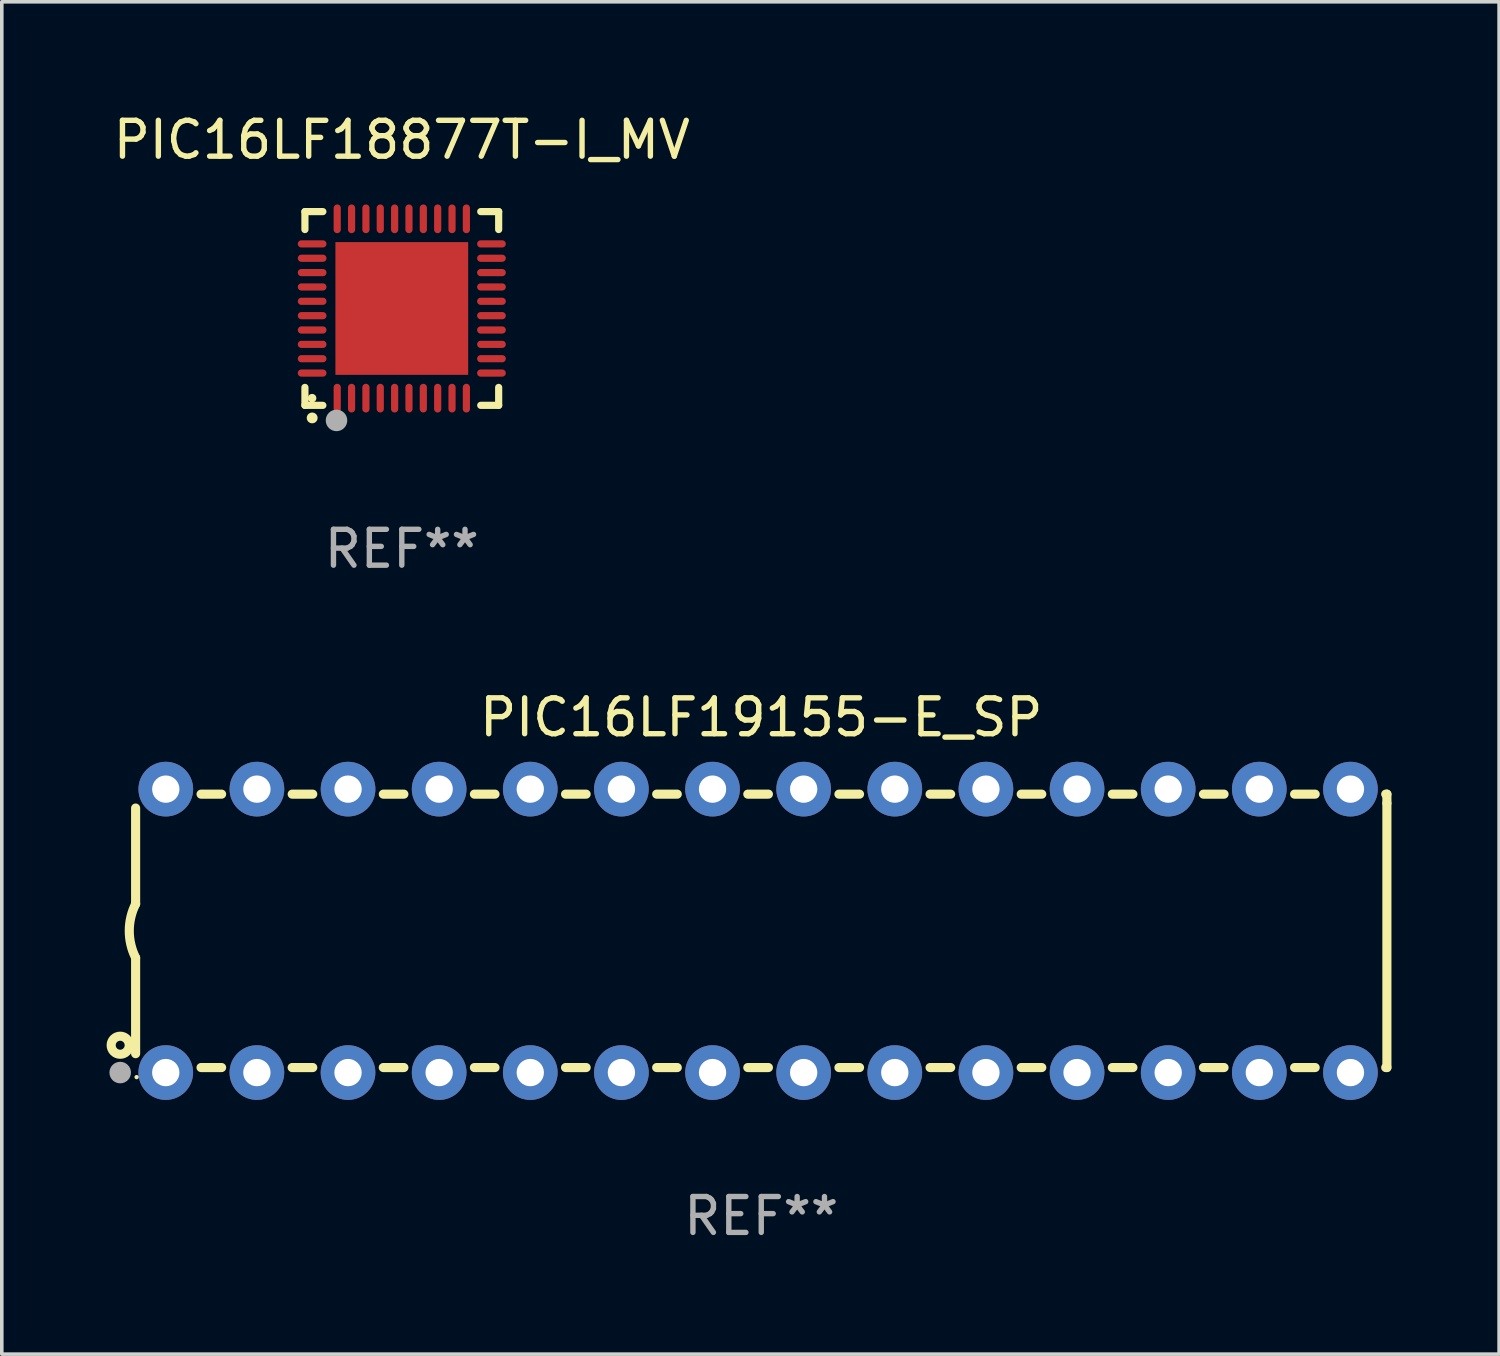
<source format=kicad_pcb>
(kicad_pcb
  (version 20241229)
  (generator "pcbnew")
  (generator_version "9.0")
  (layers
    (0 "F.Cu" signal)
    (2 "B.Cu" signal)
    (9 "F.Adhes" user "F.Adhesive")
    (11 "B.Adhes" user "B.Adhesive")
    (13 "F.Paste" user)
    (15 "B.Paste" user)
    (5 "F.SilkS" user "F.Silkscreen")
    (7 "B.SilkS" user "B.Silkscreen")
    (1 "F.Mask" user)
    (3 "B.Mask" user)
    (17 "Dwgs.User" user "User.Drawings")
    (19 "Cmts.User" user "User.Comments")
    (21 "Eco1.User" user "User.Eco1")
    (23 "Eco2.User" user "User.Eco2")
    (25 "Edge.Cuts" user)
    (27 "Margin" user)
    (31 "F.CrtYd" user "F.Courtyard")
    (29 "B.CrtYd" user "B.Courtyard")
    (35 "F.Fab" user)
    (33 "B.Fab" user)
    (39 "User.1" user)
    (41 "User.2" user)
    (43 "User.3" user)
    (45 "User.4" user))
  (footprint "PIC16LF19155-E_SP"
    (layer "F.Cu")
    (at 18.168 22.895)
    (property "Reference" "PIC16LF19155-E_SP" (at 0 -5.95 0) (layer "F.SilkS") (effects (font (size 1 1) (thickness 0.15))))
    (attr through_hole)
    (fp_line (start -17.438 0.75) (end -17.438 3.423) (stroke (width 0.254) (type solid)) (layer "F.SilkS"))
    (fp_line (start -17.438 -3.423) (end -17.438 -0.75) (stroke (width 0.254) (type solid)) (layer "F.SilkS"))
    (fp_line (start -15.615 3.81) (end -15.041 3.81) (stroke (width 0.254) (type solid)) (layer "F.SilkS"))
    (fp_line (start -15.041 -3.81) (end -15.614 -3.81) (stroke (width 0.254) (type solid)) (layer "F.SilkS"))
    (fp_line (start -13.075 3.81) (end -12.501 3.81) (stroke (width 0.254) (type solid)) (layer "F.SilkS"))
    (fp_line (start -12.501 -3.81) (end -13.074 -3.81) (stroke (width 0.254) (type solid)) (layer "F.SilkS"))
    (fp_line (start -10.535 3.81) (end -9.961 3.81) (stroke (width 0.254) (type solid)) (layer "F.SilkS"))
    (fp_line (start -9.961 -3.81) (end -10.534 -3.81) (stroke (width 0.254) (type solid)) (layer "F.SilkS"))
    (fp_line (start -7.995 3.81) (end -7.421 3.81) (stroke (width 0.254) (type solid)) (layer "F.SilkS"))
    (fp_line (start -7.421 -3.81) (end -7.995 -3.81) (stroke (width 0.254) (type solid)) (layer "F.SilkS"))
    (fp_line (start -5.455 3.81) (end -4.881 3.81) (stroke (width 0.254) (type solid)) (layer "F.SilkS"))
    (fp_line (start -4.881 -3.81) (end -5.455 -3.81) (stroke (width 0.254) (type solid)) (layer "F.SilkS"))
    (fp_line (start -2.915 3.81) (end -2.341 3.81) (stroke (width 0.254) (type solid)) (layer "F.SilkS"))
    (fp_line (start -2.341 -3.81) (end -2.915 -3.81) (stroke (width 0.254) (type solid)) (layer "F.SilkS"))
    (fp_line (start -0.375 3.81) (end 0.199 3.81) (stroke (width 0.254) (type solid)) (layer "F.SilkS"))
    (fp_line (start 0.199 -3.81) (end -0.375 -3.81) (stroke (width 0.254) (type solid)) (layer "F.SilkS"))
    (fp_line (start 2.165 3.81) (end 2.739 3.81) (stroke (width 0.254) (type solid)) (layer "F.SilkS"))
    (fp_line (start 2.739 -3.81) (end 2.165 -3.81) (stroke (width 0.254) (type solid)) (layer "F.SilkS"))
    (fp_line (start 4.705 3.81) (end 5.279 3.81) (stroke (width 0.254) (type solid)) (layer "F.SilkS"))
    (fp_line (start 5.279 -3.81) (end 4.705 -3.81) (stroke (width 0.254) (type solid)) (layer "F.SilkS"))
    (fp_line (start 7.245 3.81) (end 7.819 3.81) (stroke (width 0.254) (type solid)) (layer "F.SilkS"))
    (fp_line (start 7.819 -3.81) (end 7.245 -3.81) (stroke (width 0.254) (type solid)) (layer "F.SilkS"))
    (fp_line (start 9.785 3.81) (end 10.359 3.81) (stroke (width 0.254) (type solid)) (layer "F.SilkS"))
    (fp_line (start 10.359 -3.81) (end 9.785 -3.81) (stroke (width 0.254) (type solid)) (layer "F.SilkS"))
    (fp_line (start 12.325 3.81) (end 12.899 3.81) (stroke (width 0.254) (type solid)) (layer "F.SilkS"))
    (fp_line (start 12.899 -3.81) (end 12.325 -3.81) (stroke (width 0.254) (type solid)) (layer "F.SilkS"))
    (fp_line (start 14.865 3.81) (end 15.439 3.81) (stroke (width 0.254) (type solid)) (layer "F.SilkS"))
    (fp_line (start 15.439 -3.81) (end 14.865 -3.81) (stroke (width 0.254) (type solid)) (layer "F.SilkS"))
    (fp_line (start 17.405 3.81) (end 17.438 3.81) (stroke (width 0.254) (type solid)) (layer "F.SilkS"))
    (fp_line (start 17.438 -3.81) (end 17.405 -3.81) (stroke (width 0.254) (type solid)) (layer "F.SilkS"))
    (fp_line (start 17.438 -3.556) (end 17.438 -3.81) (stroke (width 0.254) (type solid)) (layer "F.SilkS"))
    (fp_line (start 17.438 3.81) (end 17.438 -3.556) (stroke (width 0.254) (type solid)) (layer "F.SilkS"))
    (fp_arc (start -17.437986 0.749657) (mid -17.614887 -0.000024) (end -17.437783 -0.749657) (stroke (width 0.254001) (type solid)) (layer "F.SilkS"))
    (fp_circle (center -17.868 3.188) (end -17.743 3.188) (stroke (width 0.254) (type solid)) (fill no) (layer "F.SilkS"))
    (fp_circle (center -17.411 4.077) (end -17.381 4.077) (stroke (width 0.06) (type solid)) (fill no) (layer "F.SilkS"))
    (fp_circle (center -17.868 3.95) (end -17.718 3.95) (stroke (width 0.3) (type solid)) (fill no) (layer "F.Fab"))
    (fp_text user "REF**" (at 0 7.95 0) (layer "F.Fab") (effects (font (size 1 1) (thickness 0.15))))
    (pad "1" thru_hole circle (at -16.598 3.95) (size 1.524 1.524) (drill 0.762) (layers "*.Cu" "*.Mask"))
    (pad "2" thru_hole circle (at -14.058 3.95) (size 1.524 1.524) (drill 0.762) (layers "*.Cu" "*.Mask"))
    (pad "3" thru_hole circle (at -11.518 3.95) (size 1.524 1.524) (drill 0.762) (layers "*.Cu" "*.Mask"))
    (pad "4" thru_hole circle (at -8.978 3.95) (size 1.524 1.524) (drill 0.762) (layers "*.Cu" "*.Mask"))
    (pad "5" thru_hole circle (at -6.438 3.95) (size 1.524 1.524) (drill 0.762) (layers "*.Cu" "*.Mask"))
    (pad "6" thru_hole circle (at -3.898 3.95) (size 1.524 1.524) (drill 0.762) (layers "*.Cu" "*.Mask"))
    (pad "7" thru_hole circle (at -1.358 3.95) (size 1.524 1.524) (drill 0.762) (layers "*.Cu" "*.Mask"))
    (pad "8" thru_hole circle (at 1.182 3.95) (size 1.524 1.524) (drill 0.762) (layers "*.Cu" "*.Mask"))
    (pad "9" thru_hole circle (at 3.722 3.95) (size 1.524 1.524) (drill 0.762) (layers "*.Cu" "*.Mask"))
    (pad "10" thru_hole circle (at 6.262 3.95) (size 1.524 1.524) (drill 0.762) (layers "*.Cu" "*.Mask"))
    (pad "11" thru_hole circle (at 8.802 3.95) (size 1.524 1.524) (drill 0.762) (layers "*.Cu" "*.Mask"))
    (pad "12" thru_hole circle (at 11.342 3.95) (size 1.524 1.524) (drill 0.762) (layers "*.Cu" "*.Mask"))
    (pad "13" thru_hole circle (at 13.882 3.95) (size 1.524 1.524) (drill 0.762) (layers "*.Cu" "*.Mask"))
    (pad "14" thru_hole circle (at 16.422 3.95) (size 1.524 1.524) (drill 0.762) (layers "*.Cu" "*.Mask"))
    (pad "15" thru_hole circle (at 16.422 -3.95) (size 1.524 1.524) (drill 0.762) (layers "*.Cu" "*.Mask"))
    (pad "16" thru_hole circle (at 13.882 -3.95) (size 1.524 1.524) (drill 0.762) (layers "*.Cu" "*.Mask"))
    (pad "17" thru_hole circle (at 11.342 -3.95) (size 1.524 1.524) (drill 0.762) (layers "*.Cu" "*.Mask"))
    (pad "18" thru_hole circle (at 8.802 -3.95) (size 1.524 1.524) (drill 0.762) (layers "*.Cu" "*.Mask"))
    (pad "19" thru_hole circle (at 6.262 -3.95) (size 1.524 1.524) (drill 0.762) (layers "*.Cu" "*.Mask"))
    (pad "20" thru_hole circle (at 3.722 -3.95) (size 1.524 1.524) (drill 0.762) (layers "*.Cu" "*.Mask"))
    (pad "21" thru_hole circle (at 1.182 -3.95) (size 1.524 1.524) (drill 0.762) (layers "*.Cu" "*.Mask"))
    (pad "22" thru_hole circle (at -1.358 -3.95) (size 1.524 1.524) (drill 0.762) (layers "*.Cu" "*.Mask"))
    (pad "23" thru_hole circle (at -3.898 -3.95) (size 1.524 1.524) (drill 0.762) (layers "*.Cu" "*.Mask"))
    (pad "24" thru_hole circle (at -6.438 -3.95) (size 1.524 1.524) (drill 0.762) (layers "*.Cu" "*.Mask"))
    (pad "25" thru_hole circle (at -8.978 -3.95) (size 1.524 1.524) (drill 0.762) (layers "*.Cu" "*.Mask"))
    (pad "26" thru_hole circle (at -11.517 -3.95) (size 1.524 1.524) (drill 0.762) (layers "*.Cu" "*.Mask"))
    (pad "27" thru_hole circle (at -14.057 -3.95) (size 1.524 1.524) (drill 0.762) (layers "*.Cu" "*.Mask"))
    (pad "28" thru_hole circle (at -16.597 -3.95) (size 1.524 1.524) (drill 0.762) (layers "*.Cu" "*.Mask")))
  (footprint "PIC16LF18877T-I_MV"
    (layer "F.Cu")
    (at 8.149 5.548)
    (property "Reference" "PIC16LF18877T-I_MV" (at 0 -4.7 0) (layer "F.SilkS") (effects (font (size 1 1) (thickness 0.15))))
    (attr through_hole)
    (fp_line (start -2.7 -2.7) (end -2.7 -2.2) (stroke (width 0.2) (type solid)) (layer "F.SilkS"))
    (fp_line (start -2.7 2.7) (end -2.7 2.2) (stroke (width 0.2) (type solid)) (layer "F.SilkS"))
    (fp_line (start -2.2 -2.7) (end -2.7 -2.7) (stroke (width 0.2) (type solid)) (layer "F.SilkS"))
    (fp_line (start -2.2 2.7) (end -2.7 2.7) (stroke (width 0.2) (type solid)) (layer "F.SilkS"))
    (fp_line (start 2.7 -2.7) (end 2.2 -2.7) (stroke (width 0.2) (type solid)) (layer "F.SilkS"))
    (fp_line (start 2.7 -2.2) (end 2.7 -2.7) (stroke (width 0.2) (type solid)) (layer "F.SilkS"))
    (fp_line (start 2.7 2.2) (end 2.7 2.7) (stroke (width 0.2) (type solid)) (layer "F.SilkS"))
    (fp_line (start 2.7 2.7) (end 2.2 2.7) (stroke (width 0.2) (type solid)) (layer "F.SilkS"))
    (fp_arc (start -2.499365 3.050546) (mid -2.498095 3.050541) (end -2.496825 3.050546) (stroke (width 0.3) (type solid)) (layer "F.SilkS"))
    (fp_circle (center -2.5 2.5) (end -2.44 2.5) (stroke (width 0.12) (type solid)) (fill no) (layer "F.SilkS"))
    (fp_circle (center -1.82 3.12) (end -1.67 3.12) (stroke (width 0.3) (type solid)) (fill no) (layer "F.Fab"))
    (fp_text user "REF**" (at 0 6.7 0) (layer "F.Fab") (effects (font (size 1 1) (thickness 0.15))))
    (pad "1" smd oval (at -1.8 2.499) (size 0.2 0.8) (layers "F.Cu" "F.Mask" "F.Paste"))
    (pad "2" smd oval (at -1.4 2.499) (size 0.2 0.8) (layers "F.Cu" "F.Mask" "F.Paste"))
    (pad "3" smd oval (at -1 2.499) (size 0.2 0.8) (layers "F.Cu" "F.Mask" "F.Paste"))
    (pad "4" smd oval (at -0.6 2.499) (size 0.2 0.8) (layers "F.Cu" "F.Mask" "F.Paste"))
    (pad "5" smd oval (at -0.2 2.499) (size 0.2 0.8) (layers "F.Cu" "F.Mask" "F.Paste"))
    (pad "6" smd oval (at 0.2 2.499) (size 0.2 0.8) (layers "F.Cu" "F.Mask" "F.Paste"))
    (pad "7" smd oval (at 0.6 2.499) (size 0.2 0.8) (layers "F.Cu" "F.Mask" "F.Paste"))
    (pad "8" smd oval (at 1 2.499) (size 0.2 0.8) (layers "F.Cu" "F.Mask" "F.Paste"))
    (pad "9" smd oval (at 1.4 2.499) (size 0.2 0.8) (layers "F.Cu" "F.Mask" "F.Paste"))
    (pad "10" smd oval (at 1.8 2.499) (size 0.2 0.8) (layers "F.Cu" "F.Mask" "F.Paste"))
    (pad "11" smd oval (at 2.499 1.8) (size 0.8 0.2) (layers "F.Cu" "F.Mask" "F.Paste"))
    (pad "12" smd oval (at 2.499 1.4) (size 0.8 0.2) (layers "F.Cu" "F.Mask" "F.Paste"))
    (pad "13" smd oval (at 2.499 1) (size 0.8 0.2) (layers "F.Cu" "F.Mask" "F.Paste"))
    (pad "14" smd oval (at 2.499 0.6) (size 0.8 0.2) (layers "F.Cu" "F.Mask" "F.Paste"))
    (pad "15" smd oval (at 2.499 0.2) (size 0.8 0.2) (layers "F.Cu" "F.Mask" "F.Paste"))
    (pad "16" smd oval (at 2.499 -0.2) (size 0.8 0.2) (layers "F.Cu" "F.Mask" "F.Paste"))
    (pad "17" smd oval (at 2.499 -0.6) (size 0.8 0.2) (layers "F.Cu" "F.Mask" "F.Paste"))
    (pad "18" smd oval (at 2.499 -1) (size 0.8 0.2) (layers "F.Cu" "F.Mask" "F.Paste"))
    (pad "19" smd oval (at 2.499 -1.4) (size 0.8 0.2) (layers "F.Cu" "F.Mask" "F.Paste"))
    (pad "20" smd oval (at 2.499 -1.8) (size 0.8 0.2) (layers "F.Cu" "F.Mask" "F.Paste"))
    (pad "21" smd oval (at 1.8 -2.499) (size 0.2 0.8) (layers "F.Cu" "F.Mask" "F.Paste"))
    (pad "22" smd oval (at 1.4 -2.499) (size 0.2 0.8) (layers "F.Cu" "F.Mask" "F.Paste"))
    (pad "23" smd oval (at 1 -2.499) (size 0.2 0.8) (layers "F.Cu" "F.Mask" "F.Paste"))
    (pad "24" smd oval (at 0.6 -2.499) (size 0.2 0.8) (layers "F.Cu" "F.Mask" "F.Paste"))
    (pad "25" smd oval (at 0.2 -2.499) (size 0.2 0.8) (layers "F.Cu" "F.Mask" "F.Paste"))
    (pad "26" smd oval (at -0.2 -2.499) (size 0.2 0.8) (layers "F.Cu" "F.Mask" "F.Paste"))
    (pad "27" smd oval (at -0.6 -2.499) (size 0.2 0.8) (layers "F.Cu" "F.Mask" "F.Paste"))
    (pad "28" smd oval (at -1 -2.499) (size 0.2 0.8) (layers "F.Cu" "F.Mask" "F.Paste"))
    (pad "29" smd oval (at -1.4 -2.499) (size 0.2 0.8) (layers "F.Cu" "F.Mask" "F.Paste"))
    (pad "30" smd oval (at -1.8 -2.499) (size 0.2 0.8) (layers "F.Cu" "F.Mask" "F.Paste"))
    (pad "31" smd oval (at -2.499 -1.8) (size 0.8 0.2) (layers "F.Cu" "F.Mask" "F.Paste"))
    (pad "32" smd oval (at -2.499 -1.4) (size 0.8 0.2) (layers "F.Cu" "F.Mask" "F.Paste"))
    (pad "33" smd oval (at -2.499 -1) (size 0.8 0.2) (layers "F.Cu" "F.Mask" "F.Paste"))
    (pad "34" smd oval (at -2.499 -0.6) (size 0.8 0.2) (layers "F.Cu" "F.Mask" "F.Paste"))
    (pad "35" smd oval (at -2.499 -0.2) (size 0.8 0.2) (layers "F.Cu" "F.Mask" "F.Paste"))
    (pad "36" smd oval (at -2.499 0.2) (size 0.8 0.2) (layers "F.Cu" "F.Mask" "F.Paste"))
    (pad "37" smd oval (at -2.499 0.6) (size 0.8 0.2) (layers "F.Cu" "F.Mask" "F.Paste"))
    (pad "38" smd oval (at -2.499 1) (size 0.8 0.2) (layers "F.Cu" "F.Mask" "F.Paste"))
    (pad "39" smd oval (at -2.499 1.4) (size 0.8 0.2) (layers "F.Cu" "F.Mask" "F.Paste"))
    (pad "40" smd oval (at -2.499 1.8) (size 0.8 0.2) (layers "F.Cu" "F.Mask" "F.Paste"))
    (pad "41" smd rect (at 0 0) (size 3.7 3.7) (layers "F.Cu" "F.Mask" "F.Paste")))
  (gr_rect
    (start -3 -3)
    (end 38.733 34.693)
    (stroke (width 0.1) (type default))
    (fill no)
    (layer "Edge.Cuts")))
</source>
